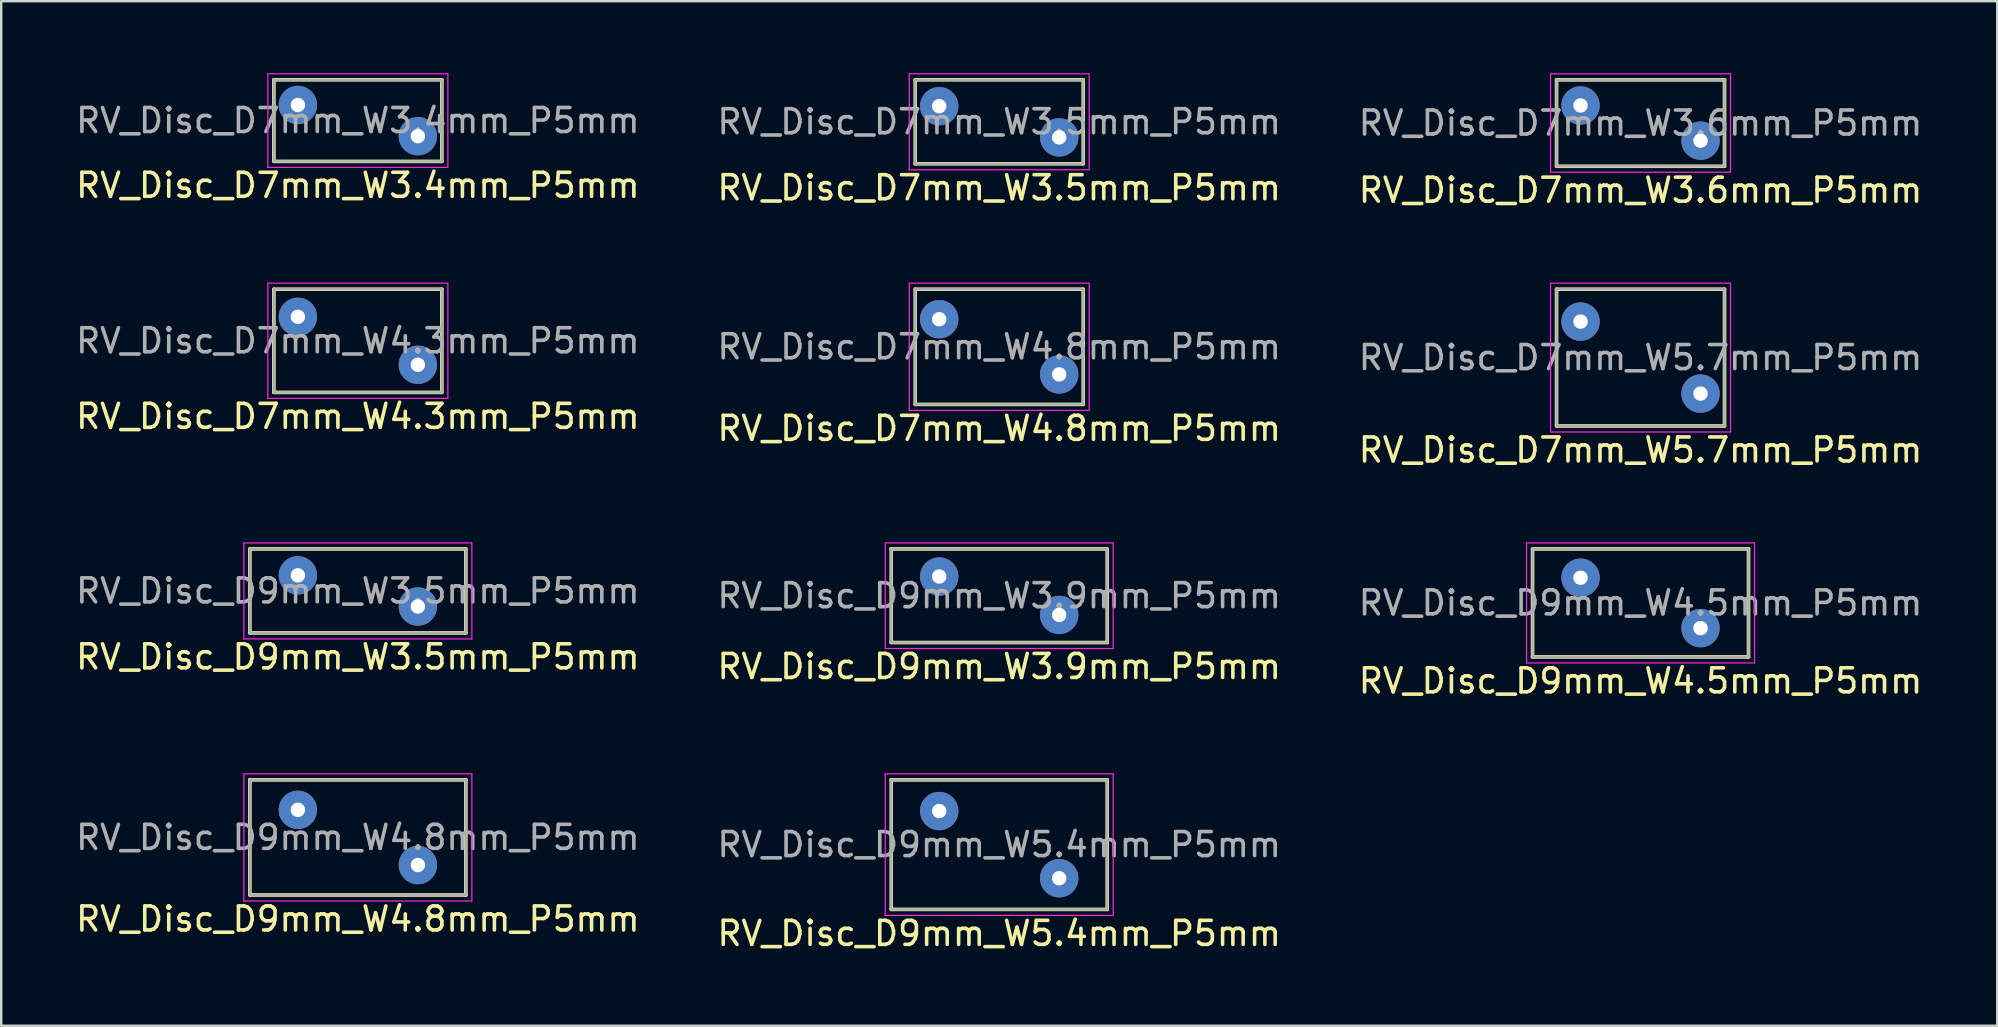
<source format=kicad_pcb>
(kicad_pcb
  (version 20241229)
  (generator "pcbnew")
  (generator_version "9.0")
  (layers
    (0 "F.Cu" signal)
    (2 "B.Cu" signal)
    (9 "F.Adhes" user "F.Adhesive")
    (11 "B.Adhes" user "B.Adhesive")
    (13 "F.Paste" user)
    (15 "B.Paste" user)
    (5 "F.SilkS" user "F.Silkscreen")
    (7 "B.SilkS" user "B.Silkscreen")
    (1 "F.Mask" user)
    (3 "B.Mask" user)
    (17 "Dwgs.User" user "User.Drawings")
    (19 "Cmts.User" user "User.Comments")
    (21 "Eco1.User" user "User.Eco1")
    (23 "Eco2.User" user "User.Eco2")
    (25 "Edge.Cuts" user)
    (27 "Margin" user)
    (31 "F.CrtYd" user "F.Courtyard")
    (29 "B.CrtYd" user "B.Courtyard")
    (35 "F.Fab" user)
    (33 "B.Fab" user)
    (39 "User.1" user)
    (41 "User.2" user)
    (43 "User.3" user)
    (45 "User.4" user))
  (footprint "RV_Disc_D9mm_W3.9mm_P5mm"
    (layer "F.Cu")
    (at 36.089 20.975)
    (property "Reference" "RV_Disc_D9mm_W3.9mm_P5mm" (at 2.5 3.75 0) (layer "F.SilkS") (effects (font (size 1 1) (thickness 0.15))))
    (attr through_hole)
    (fp_line (start -2 -1.15) (end -2 2.75) (stroke (width 0.15) (type solid)) (layer "F.SilkS"))
    (fp_line (start -2 -1.15) (end 7 -1.15) (stroke (width 0.15) (type solid)) (layer "F.SilkS"))
    (fp_line (start -2 2.75) (end 7 2.75) (stroke (width 0.15) (type solid)) (layer "F.SilkS"))
    (fp_line (start 7 -1.15) (end 7 2.75) (stroke (width 0.15) (type solid)) (layer "F.SilkS"))
    (fp_line (start -2.25 -1.4) (end -2.25 3) (stroke (width 0.05) (type solid)) (layer "F.CrtYd"))
    (fp_line (start -2.25 -1.4) (end 7.25 -1.4) (stroke (width 0.05) (type solid)) (layer "F.CrtYd"))
    (fp_line (start -2.25 3) (end 7.25 3) (stroke (width 0.05) (type solid)) (layer "F.CrtYd"))
    (fp_line (start 7.25 -1.4) (end 7.25 3) (stroke (width 0.05) (type solid)) (layer "F.CrtYd"))
    (fp_line (start -2 -1.15) (end -2 2.75) (stroke (width 0.1) (type solid)) (layer "F.Fab"))
    (fp_line (start -2 -1.15) (end 7 -1.15) (stroke (width 0.1) (type solid)) (layer "F.Fab"))
    (fp_line (start -2 2.75) (end 7 2.75) (stroke (width 0.1) (type solid)) (layer "F.Fab"))
    (fp_line (start 7 -1.15) (end 7 2.75) (stroke (width 0.1) (type solid)) (layer "F.Fab"))
    (fp_text user "${REFERENCE}" (at 2.5 0.8 0) (layer "F.Fab") (effects (font (size 1 1) (thickness 0.15))))
    (pad "1" thru_hole circle (at 0 0) (size 1.6 1.6) (drill 0.6) (layers "*.Cu" "*.Mask"))
    (pad "2" thru_hole circle (at 5 1.6) (size 1.6 1.6) (drill 0.6) (layers "*.Cu" "*.Mask")))
  (footprint "RV_Disc_D9mm_W3.5mm_P5mm"
    (layer "F.Cu")
    (at 9.363 20.925)
    (property "Reference" "RV_Disc_D9mm_W3.5mm_P5mm" (at 2.5 3.4 0) (layer "F.SilkS") (effects (font (size 1 1) (thickness 0.15))))
    (attr through_hole)
    (fp_line (start -2 -1.1) (end -2 2.4) (stroke (width 0.15) (type solid)) (layer "F.SilkS"))
    (fp_line (start -2 -1.1) (end 7 -1.1) (stroke (width 0.15) (type solid)) (layer "F.SilkS"))
    (fp_line (start -2 2.4) (end 7 2.4) (stroke (width 0.15) (type solid)) (layer "F.SilkS"))
    (fp_line (start 7 -1.1) (end 7 2.4) (stroke (width 0.15) (type solid)) (layer "F.SilkS"))
    (fp_line (start -2.25 -1.35) (end -2.25 2.65) (stroke (width 0.05) (type solid)) (layer "F.CrtYd"))
    (fp_line (start -2.25 -1.35) (end 7.25 -1.35) (stroke (width 0.05) (type solid)) (layer "F.CrtYd"))
    (fp_line (start -2.25 2.65) (end 7.25 2.65) (stroke (width 0.05) (type solid)) (layer "F.CrtYd"))
    (fp_line (start 7.25 -1.35) (end 7.25 2.65) (stroke (width 0.05) (type solid)) (layer "F.CrtYd"))
    (fp_line (start -2 -1.1) (end -2 2.4) (stroke (width 0.1) (type solid)) (layer "F.Fab"))
    (fp_line (start -2 -1.1) (end 7 -1.1) (stroke (width 0.1) (type solid)) (layer "F.Fab"))
    (fp_line (start -2 2.4) (end 7 2.4) (stroke (width 0.1) (type solid)) (layer "F.Fab"))
    (fp_line (start 7 -1.1) (end 7 2.4) (stroke (width 0.1) (type solid)) (layer "F.Fab"))
    (fp_text user "${REFERENCE}" (at 2.5 0.65 0) (layer "F.Fab") (effects (font (size 1 1) (thickness 0.15))))
    (pad "1" thru_hole circle (at 0 0) (size 1.6 1.6) (drill 0.6) (layers "*.Cu" "*.Mask"))
    (pad "2" thru_hole circle (at 5 1.3) (size 1.6 1.6) (drill 0.6) (layers "*.Cu" "*.Mask")))
  (footprint "RV_Disc_D7mm_W3.4mm_P5mm"
    (layer "F.Cu")
    (at 9.363 1.325)
    (property "Reference" "RV_Disc_D7mm_W3.4mm_P5mm" (at 2.5 3.35 0) (layer "F.SilkS") (effects (font (size 1 1) (thickness 0.15))))
    (attr through_hole)
    (fp_line (start -1 -1.05) (end -1 2.35) (stroke (width 0.15) (type solid)) (layer "F.SilkS"))
    (fp_line (start -1 -1.05) (end 6 -1.05) (stroke (width 0.15) (type solid)) (layer "F.SilkS"))
    (fp_line (start -1 2.35) (end 6 2.35) (stroke (width 0.15) (type solid)) (layer "F.SilkS"))
    (fp_line (start 6 -1.05) (end 6 2.35) (stroke (width 0.15) (type solid)) (layer "F.SilkS"))
    (fp_line (start -1.25 -1.3) (end -1.25 2.6) (stroke (width 0.05) (type solid)) (layer "F.CrtYd"))
    (fp_line (start -1.25 -1.3) (end 6.25 -1.3) (stroke (width 0.05) (type solid)) (layer "F.CrtYd"))
    (fp_line (start -1.25 2.6) (end 6.25 2.6) (stroke (width 0.05) (type solid)) (layer "F.CrtYd"))
    (fp_line (start 6.25 -1.3) (end 6.25 2.6) (stroke (width 0.05) (type solid)) (layer "F.CrtYd"))
    (fp_line (start -1 -1.05) (end -1 2.35) (stroke (width 0.1) (type solid)) (layer "F.Fab"))
    (fp_line (start -1 -1.05) (end 6 -1.05) (stroke (width 0.1) (type solid)) (layer "F.Fab"))
    (fp_line (start -1 2.35) (end 6 2.35) (stroke (width 0.1) (type solid)) (layer "F.Fab"))
    (fp_line (start 6 -1.05) (end 6 2.35) (stroke (width 0.1) (type solid)) (layer "F.Fab"))
    (fp_text user "${REFERENCE}" (at 2.5 0.65 0) (layer "F.Fab") (effects (font (size 1 1) (thickness 0.15))))
    (pad "1" thru_hole circle (at 0 0) (size 1.6 1.6) (drill 0.6) (layers "*.Cu" "*.Mask"))
    (pad "2" thru_hole circle (at 5 1.3) (size 1.6 1.6) (drill 0.6) (layers "*.Cu" "*.Mask")))
  (footprint "RV_Disc_D7mm_W4.3mm_P5mm"
    (layer "F.Cu")
    (at 9.363 10.152)
    (property "Reference" "RV_Disc_D7mm_W4.3mm_P5mm" (at 2.5 4.15 0) (layer "F.SilkS") (effects (font (size 1 1) (thickness 0.15))))
    (attr through_hole)
    (fp_line (start -1 -1.15) (end -1 3.15) (stroke (width 0.15) (type solid)) (layer "F.SilkS"))
    (fp_line (start -1 -1.15) (end 6 -1.15) (stroke (width 0.15) (type solid)) (layer "F.SilkS"))
    (fp_line (start -1 3.15) (end 6 3.15) (stroke (width 0.15) (type solid)) (layer "F.SilkS"))
    (fp_line (start 6 -1.15) (end 6 3.15) (stroke (width 0.15) (type solid)) (layer "F.SilkS"))
    (fp_line (start -1.25 -1.4) (end -1.25 3.4) (stroke (width 0.05) (type solid)) (layer "F.CrtYd"))
    (fp_line (start -1.25 -1.4) (end 6.25 -1.4) (stroke (width 0.05) (type solid)) (layer "F.CrtYd"))
    (fp_line (start -1.25 3.4) (end 6.25 3.4) (stroke (width 0.05) (type solid)) (layer "F.CrtYd"))
    (fp_line (start 6.25 -1.4) (end 6.25 3.4) (stroke (width 0.05) (type solid)) (layer "F.CrtYd"))
    (fp_line (start -1 -1.15) (end -1 3.15) (stroke (width 0.1) (type solid)) (layer "F.Fab"))
    (fp_line (start -1 -1.15) (end 6 -1.15) (stroke (width 0.1) (type solid)) (layer "F.Fab"))
    (fp_line (start -1 3.15) (end 6 3.15) (stroke (width 0.1) (type solid)) (layer "F.Fab"))
    (fp_line (start 6 -1.15) (end 6 3.15) (stroke (width 0.1) (type solid)) (layer "F.Fab"))
    (fp_text user "${REFERENCE}" (at 2.5 1 0) (layer "F.Fab") (effects (font (size 1 1) (thickness 0.15))))
    (pad "1" thru_hole circle (at 0 0) (size 1.6 1.6) (drill 0.6) (layers "*.Cu" "*.Mask"))
    (pad "2" thru_hole circle (at 5 2) (size 1.6 1.6) (drill 0.6) (layers "*.Cu" "*.Mask")))
  (footprint "RV_Disc_D7mm_W3.6mm_P5mm"
    (layer "F.Cu")
    (at 62.815 1.345)
    (property "Reference" "RV_Disc_D7mm_W3.6mm_P5mm" (at 2.5 3.533 0) (layer "F.SilkS") (effects (font (size 1 1) (thickness 0.15))))
    (attr through_hole)
    (fp_line (start -1 -1.067) (end -1 2.533) (stroke (width 0.15) (type solid)) (layer "F.SilkS"))
    (fp_line (start -1 -1.067) (end 6 -1.067) (stroke (width 0.15) (type solid)) (layer "F.SilkS"))
    (fp_line (start -1 2.533) (end 6 2.533) (stroke (width 0.15) (type solid)) (layer "F.SilkS"))
    (fp_line (start 6 -1.067) (end 6 2.533) (stroke (width 0.15) (type solid)) (layer "F.SilkS"))
    (fp_line (start -1.25 -1.32) (end -1.25 2.78) (stroke (width 0.05) (type solid)) (layer "F.CrtYd"))
    (fp_line (start -1.25 -1.32) (end 6.25 -1.32) (stroke (width 0.05) (type solid)) (layer "F.CrtYd"))
    (fp_line (start -1.25 2.78) (end 6.25 2.78) (stroke (width 0.05) (type solid)) (layer "F.CrtYd"))
    (fp_line (start 6.25 -1.32) (end 6.25 2.78) (stroke (width 0.05) (type solid)) (layer "F.CrtYd"))
    (fp_line (start -1 -1.067) (end -1 2.533) (stroke (width 0.1) (type solid)) (layer "F.Fab"))
    (fp_line (start -1 -1.067) (end 6 -1.067) (stroke (width 0.1) (type solid)) (layer "F.Fab"))
    (fp_line (start -1 2.533) (end 6 2.533) (stroke (width 0.1) (type solid)) (layer "F.Fab"))
    (fp_line (start 6 -1.067) (end 6 2.533) (stroke (width 0.1) (type solid)) (layer "F.Fab"))
    (fp_text user "${REFERENCE}" (at 2.5 0.733 0) (layer "F.Fab") (effects (font (size 1 1) (thickness 0.15))))
    (pad "1" thru_hole circle (at 0 0) (size 1.6 1.6) (drill 0.6) (layers "*.Cu" "*.Mask"))
    (pad "2" thru_hole circle (at 5 1.467) (size 1.6 1.6) (drill 0.6) (layers "*.Cu" "*.Mask")))
  (footprint "RV_Disc_D7mm_W5.7mm_P5mm"
    (layer "F.Cu")
    (at 62.815 10.352)
    (property "Reference" "RV_Disc_D7mm_W5.7mm_P5mm" (at 2.5 5.35 0) (layer "F.SilkS") (effects (font (size 1 1) (thickness 0.15))))
    (attr through_hole)
    (fp_line (start -1 -1.35) (end -1 4.35) (stroke (width 0.15) (type solid)) (layer "F.SilkS"))
    (fp_line (start -1 -1.35) (end 6 -1.35) (stroke (width 0.15) (type solid)) (layer "F.SilkS"))
    (fp_line (start -1 4.35) (end 6 4.35) (stroke (width 0.15) (type solid)) (layer "F.SilkS"))
    (fp_line (start 6 -1.35) (end 6 4.35) (stroke (width 0.15) (type solid)) (layer "F.SilkS"))
    (fp_line (start -1.25 -1.6) (end -1.25 4.6) (stroke (width 0.05) (type solid)) (layer "F.CrtYd"))
    (fp_line (start -1.25 -1.6) (end 6.25 -1.6) (stroke (width 0.05) (type solid)) (layer "F.CrtYd"))
    (fp_line (start -1.25 4.6) (end 6.25 4.6) (stroke (width 0.05) (type solid)) (layer "F.CrtYd"))
    (fp_line (start 6.25 -1.6) (end 6.25 4.6) (stroke (width 0.05) (type solid)) (layer "F.CrtYd"))
    (fp_line (start -1 -1.35) (end -1 4.35) (stroke (width 0.1) (type solid)) (layer "F.Fab"))
    (fp_line (start -1 -1.35) (end 6 -1.35) (stroke (width 0.1) (type solid)) (layer "F.Fab"))
    (fp_line (start -1 4.35) (end 6 4.35) (stroke (width 0.1) (type solid)) (layer "F.Fab"))
    (fp_line (start 6 -1.35) (end 6 4.35) (stroke (width 0.1) (type solid)) (layer "F.Fab"))
    (fp_text user "${REFERENCE}" (at 2.5 1.5 0) (layer "F.Fab") (effects (font (size 1 1) (thickness 0.15))))
    (pad "1" thru_hole circle (at 0 0) (size 1.6 1.6) (drill 0.6) (layers "*.Cu" "*.Mask"))
    (pad "2" thru_hole circle (at 5 3) (size 1.6 1.6) (drill 0.6) (layers "*.Cu" "*.Mask")))
  (footprint "RV_Disc_D7mm_W4.8mm_P5mm"
    (layer "F.Cu")
    (at 36.089 10.252)
    (property "Reference" "RV_Disc_D7mm_W4.8mm_P5mm" (at 2.5 4.55 0) (layer "F.SilkS") (effects (font (size 1 1) (thickness 0.15))))
    (attr through_hole)
    (fp_line (start -1 -1.25) (end -1 3.55) (stroke (width 0.15) (type solid)) (layer "F.SilkS"))
    (fp_line (start -1 -1.25) (end 6 -1.25) (stroke (width 0.15) (type solid)) (layer "F.SilkS"))
    (fp_line (start -1 3.55) (end 6 3.55) (stroke (width 0.15) (type solid)) (layer "F.SilkS"))
    (fp_line (start 6 -1.25) (end 6 3.55) (stroke (width 0.15) (type solid)) (layer "F.SilkS"))
    (fp_line (start -1.25 -1.5) (end -1.25 3.8) (stroke (width 0.05) (type solid)) (layer "F.CrtYd"))
    (fp_line (start -1.25 -1.5) (end 6.25 -1.5) (stroke (width 0.05) (type solid)) (layer "F.CrtYd"))
    (fp_line (start -1.25 3.8) (end 6.25 3.8) (stroke (width 0.05) (type solid)) (layer "F.CrtYd"))
    (fp_line (start 6.25 -1.5) (end 6.25 3.8) (stroke (width 0.05) (type solid)) (layer "F.CrtYd"))
    (fp_line (start -1 -1.25) (end -1 3.55) (stroke (width 0.1) (type solid)) (layer "F.Fab"))
    (fp_line (start -1 -1.25) (end 6 -1.25) (stroke (width 0.1) (type solid)) (layer "F.Fab"))
    (fp_line (start -1 3.55) (end 6 3.55) (stroke (width 0.1) (type solid)) (layer "F.Fab"))
    (fp_line (start 6 -1.25) (end 6 3.55) (stroke (width 0.1) (type solid)) (layer "F.Fab"))
    (fp_text user "${REFERENCE}" (at 2.5 1.15 0) (layer "F.Fab") (effects (font (size 1 1) (thickness 0.15))))
    (pad "1" thru_hole circle (at 0 0) (size 1.6 1.6) (drill 0.6) (layers "*.Cu" "*.Mask"))
    (pad "2" thru_hole circle (at 5 2.3) (size 1.6 1.6) (drill 0.6) (layers "*.Cu" "*.Mask")))
  (footprint "RV_Disc_D9mm_W4.8mm_P5mm"
    (layer "F.Cu")
    (at 9.363 30.698)
    (property "Reference" "RV_Disc_D9mm_W4.8mm_P5mm" (at 2.5 4.55 0) (layer "F.SilkS") (effects (font (size 1 1) (thickness 0.15))))
    (attr through_hole)
    (fp_line (start -2 -1.25) (end -2 3.55) (stroke (width 0.15) (type solid)) (layer "F.SilkS"))
    (fp_line (start -2 -1.25) (end 7 -1.25) (stroke (width 0.15) (type solid)) (layer "F.SilkS"))
    (fp_line (start -2 3.55) (end 7 3.55) (stroke (width 0.15) (type solid)) (layer "F.SilkS"))
    (fp_line (start 7 -1.25) (end 7 3.55) (stroke (width 0.15) (type solid)) (layer "F.SilkS"))
    (fp_line (start -2.25 -1.5) (end -2.25 3.8) (stroke (width 0.05) (type solid)) (layer "F.CrtYd"))
    (fp_line (start -2.25 -1.5) (end 7.25 -1.5) (stroke (width 0.05) (type solid)) (layer "F.CrtYd"))
    (fp_line (start -2.25 3.8) (end 7.25 3.8) (stroke (width 0.05) (type solid)) (layer "F.CrtYd"))
    (fp_line (start 7.25 -1.5) (end 7.25 3.8) (stroke (width 0.05) (type solid)) (layer "F.CrtYd"))
    (fp_line (start -2 -1.25) (end -2 3.55) (stroke (width 0.1) (type solid)) (layer "F.Fab"))
    (fp_line (start -2 -1.25) (end 7 -1.25) (stroke (width 0.1) (type solid)) (layer "F.Fab"))
    (fp_line (start -2 3.55) (end 7 3.55) (stroke (width 0.1) (type solid)) (layer "F.Fab"))
    (fp_line (start 7 -1.25) (end 7 3.55) (stroke (width 0.1) (type solid)) (layer "F.Fab"))
    (fp_text user "${REFERENCE}" (at 2.5 1.15 0) (layer "F.Fab") (effects (font (size 1 1) (thickness 0.15))))
    (pad "1" thru_hole circle (at 0 0) (size 1.6 1.6) (drill 0.6) (layers "*.Cu" "*.Mask"))
    (pad "2" thru_hole circle (at 5 2.3) (size 1.6 1.6) (drill 0.6) (layers "*.Cu" "*.Mask")))
  (footprint "RV_Disc_D9mm_W5.4mm_P5mm"
    (layer "F.Cu")
    (at 36.089 30.748)
    (property "Reference" "RV_Disc_D9mm_W5.4mm_P5mm" (at 2.5 5.1 0) (layer "F.SilkS") (effects (font (size 1 1) (thickness 0.15))))
    (attr through_hole)
    (fp_line (start -2 -1.3) (end -2 4.1) (stroke (width 0.15) (type solid)) (layer "F.SilkS"))
    (fp_line (start -2 -1.3) (end 7 -1.3) (stroke (width 0.15) (type solid)) (layer "F.SilkS"))
    (fp_line (start -2 4.1) (end 7 4.1) (stroke (width 0.15) (type solid)) (layer "F.SilkS"))
    (fp_line (start 7 -1.3) (end 7 4.1) (stroke (width 0.15) (type solid)) (layer "F.SilkS"))
    (fp_line (start -2.25 -1.55) (end -2.25 4.35) (stroke (width 0.05) (type solid)) (layer "F.CrtYd"))
    (fp_line (start -2.25 -1.55) (end 7.25 -1.55) (stroke (width 0.05) (type solid)) (layer "F.CrtYd"))
    (fp_line (start -2.25 4.35) (end 7.25 4.35) (stroke (width 0.05) (type solid)) (layer "F.CrtYd"))
    (fp_line (start 7.25 -1.55) (end 7.25 4.35) (stroke (width 0.05) (type solid)) (layer "F.CrtYd"))
    (fp_line (start -2 -1.3) (end -2 4.1) (stroke (width 0.1) (type solid)) (layer "F.Fab"))
    (fp_line (start -2 -1.3) (end 7 -1.3) (stroke (width 0.1) (type solid)) (layer "F.Fab"))
    (fp_line (start -2 4.1) (end 7 4.1) (stroke (width 0.1) (type solid)) (layer "F.Fab"))
    (fp_line (start 7 -1.3) (end 7 4.1) (stroke (width 0.1) (type solid)) (layer "F.Fab"))
    (fp_text user "${REFERENCE}" (at 2.5 1.4 0) (layer "F.Fab") (effects (font (size 1 1) (thickness 0.15))))
    (pad "1" thru_hole circle (at 0 0) (size 1.6 1.6) (drill 0.6) (layers "*.Cu" "*.Mask"))
    (pad "2" thru_hole circle (at 5 2.8) (size 1.6 1.6) (drill 0.6) (layers "*.Cu" "*.Mask")))
  (footprint "RV_Disc_D9mm_W4.5mm_P5mm"
    (layer "F.Cu")
    (at 62.815 21.025)
    (property "Reference" "RV_Disc_D9mm_W4.5mm_P5mm" (at 2.5 4.3 0) (layer "F.SilkS") (effects (font (size 1 1) (thickness 0.15))))
    (attr through_hole)
    (fp_line (start -2 -1.2) (end -2 3.3) (stroke (width 0.15) (type solid)) (layer "F.SilkS"))
    (fp_line (start -2 -1.2) (end 7 -1.2) (stroke (width 0.15) (type solid)) (layer "F.SilkS"))
    (fp_line (start -2 3.3) (end 7 3.3) (stroke (width 0.15) (type solid)) (layer "F.SilkS"))
    (fp_line (start 7 -1.2) (end 7 3.3) (stroke (width 0.15) (type solid)) (layer "F.SilkS"))
    (fp_line (start -2.25 -1.45) (end -2.25 3.55) (stroke (width 0.05) (type solid)) (layer "F.CrtYd"))
    (fp_line (start -2.25 -1.45) (end 7.25 -1.45) (stroke (width 0.05) (type solid)) (layer "F.CrtYd"))
    (fp_line (start -2.25 3.55) (end 7.25 3.55) (stroke (width 0.05) (type solid)) (layer "F.CrtYd"))
    (fp_line (start 7.25 -1.45) (end 7.25 3.55) (stroke (width 0.05) (type solid)) (layer "F.CrtYd"))
    (fp_line (start -2 -1.2) (end -2 3.3) (stroke (width 0.1) (type solid)) (layer "F.Fab"))
    (fp_line (start -2 -1.2) (end 7 -1.2) (stroke (width 0.1) (type solid)) (layer "F.Fab"))
    (fp_line (start -2 3.3) (end 7 3.3) (stroke (width 0.1) (type solid)) (layer "F.Fab"))
    (fp_line (start 7 -1.2) (end 7 3.3) (stroke (width 0.1) (type solid)) (layer "F.Fab"))
    (fp_text user "${REFERENCE}" (at 2.5 1.05 0) (layer "F.Fab") (effects (font (size 1 1) (thickness 0.15))))
    (pad "1" thru_hole circle (at 0 0) (size 1.6 1.6) (drill 0.6) (layers "*.Cu" "*.Mask"))
    (pad "2" thru_hole circle (at 5 2.1) (size 1.6 1.6) (drill 0.6) (layers "*.Cu" "*.Mask")))
  (footprint "RV_Disc_D7mm_W3.5mm_P5mm"
    (layer "F.Cu")
    (at 36.089 1.375)
    (property "Reference" "RV_Disc_D7mm_W3.5mm_P5mm" (at 2.5 3.4 0) (layer "F.SilkS") (effects (font (size 1 1) (thickness 0.15))))
    (attr through_hole)
    (fp_line (start -1 -1.1) (end -1 2.4) (stroke (width 0.15) (type solid)) (layer "F.SilkS"))
    (fp_line (start -1 -1.1) (end 6 -1.1) (stroke (width 0.15) (type solid)) (layer "F.SilkS"))
    (fp_line (start -1 2.4) (end 6 2.4) (stroke (width 0.15) (type solid)) (layer "F.SilkS"))
    (fp_line (start 6 -1.1) (end 6 2.4) (stroke (width 0.15) (type solid)) (layer "F.SilkS"))
    (fp_line (start -1.25 -1.35) (end -1.25 2.65) (stroke (width 0.05) (type solid)) (layer "F.CrtYd"))
    (fp_line (start -1.25 -1.35) (end 6.25 -1.35) (stroke (width 0.05) (type solid)) (layer "F.CrtYd"))
    (fp_line (start -1.25 2.65) (end 6.25 2.65) (stroke (width 0.05) (type solid)) (layer "F.CrtYd"))
    (fp_line (start 6.25 -1.35) (end 6.25 2.65) (stroke (width 0.05) (type solid)) (layer "F.CrtYd"))
    (fp_line (start -1 -1.1) (end -1 2.4) (stroke (width 0.1) (type solid)) (layer "F.Fab"))
    (fp_line (start -1 -1.1) (end 6 -1.1) (stroke (width 0.1) (type solid)) (layer "F.Fab"))
    (fp_line (start -1 2.4) (end 6 2.4) (stroke (width 0.1) (type solid)) (layer "F.Fab"))
    (fp_line (start 6 -1.1) (end 6 2.4) (stroke (width 0.1) (type solid)) (layer "F.Fab"))
    (fp_text user "${REFERENCE}" (at 2.5 0.65 0) (layer "F.Fab") (effects (font (size 1 1) (thickness 0.15))))
    (pad "1" thru_hole circle (at 0 0) (size 1.6 1.6) (drill 0.6) (layers "*.Cu" "*.Mask"))
    (pad "2" thru_hole circle (at 5 1.3) (size 1.6 1.6) (drill 0.6) (layers "*.Cu" "*.Mask")))
  (gr_rect
    (start -3 -3)
    (end 80.179 39.696)
    (stroke (width 0.1) (type default))
    (fill no)
    (layer "Edge.Cuts")))
</source>
